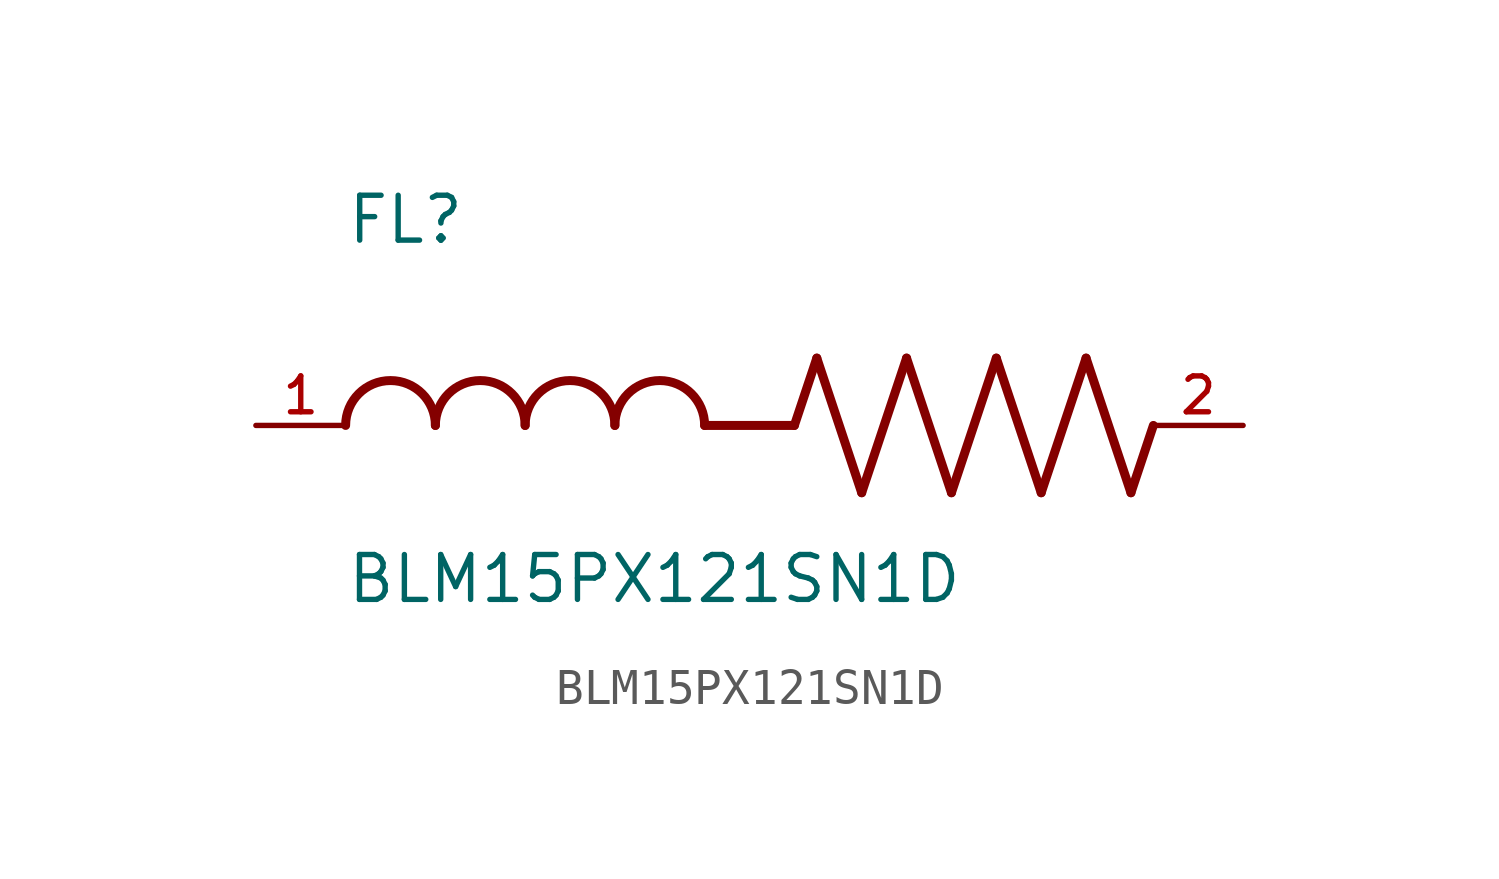
<source format=kicad_sym>
(kicad_symbol_lib
  (version 20211014)
  (generator kicad_symbol_editor)
  (symbol "BLM15PX121SN1D"
    (pin_names
      (offset 1.016))
    (property "Reference" "FL"
      (at -12.704 5.081 0)
      (effects (font (size 1.27 1.27)) (justify bottom left)))
    (property "Value" "BLM15PX121SN1D"
      (at -12.71 -5.087 0)
      (effects (font (size 1.27 1.27)) (justify bottom left)))
    (symbol "BLM15PX121SN1D_0_0"
      (polyline (pts (xy 0.0 0.0) (xy 0.635 1.905)) (stroke (width 0.254)))
      (polyline (pts (xy 0.635 1.905) (xy 1.905 -1.905)) (stroke (width 0.254)))
      (polyline (pts (xy 1.905 -1.905) (xy 3.175 1.905)) (stroke (width 0.254)))
      (polyline (pts (xy 3.175 1.905) (xy 4.445 -1.905)) (stroke (width 0.254)))
      (polyline (pts (xy 4.445 -1.905) (xy 5.715 1.905)) (stroke (width 0.254)))
      (polyline (pts (xy 5.715 1.905) (xy 6.985 -1.905)) (stroke (width 0.254)))
      (polyline (pts (xy 6.985 -1.905) (xy 8.255 1.905)) (stroke (width 0.254)))
      (polyline (pts (xy 8.255 1.905) (xy 9.525 -1.905)) (stroke (width 0.254)))
      (polyline (pts (xy 9.525 -1.905) (xy 10.16 0.0)) (stroke (width 0.254)))
      (arc (start -10.16 0.0) (mid -11.43 1.27) (end -12.7 0.0) (stroke (width 0.254) (type default) (color 0 0 0 0)) (fill (type none)))
      (arc (start -7.62 0.0) (mid -8.89 1.27) (end -10.16 0.0) (stroke (width 0.254) (type default) (color 0 0 0 0)) (fill (type none)))
      (arc (start -5.08 0.0) (mid -6.35 1.27) (end -7.62 0.0) (stroke (width 0.254) (type default) (color 0 0 0 0)) (fill (type none)))
      (arc (start -2.54 0.0) (mid -3.81 1.27) (end -5.08 0.0) (stroke (width 0.254) (type default) (color 0 0 0 0)) (fill (type none)))
      (polyline (pts (xy 0.0 0.0) (xy -2.54 0.0)) (stroke (width 0.254)))
      (pin passive line (at 12.7 0.0 180.0) (length 2.54) (name "~" (effects (font (size 1.016 1.016)))) (number "2" (effects (font (size 1.016 1.016)))))
      (pin passive line (at -15.24 0.0 0) (length 2.54) (name "~" (effects (font (size 1.016 1.016)))) (number "1" (effects (font (size 1.016 1.016))))))))
</source>
